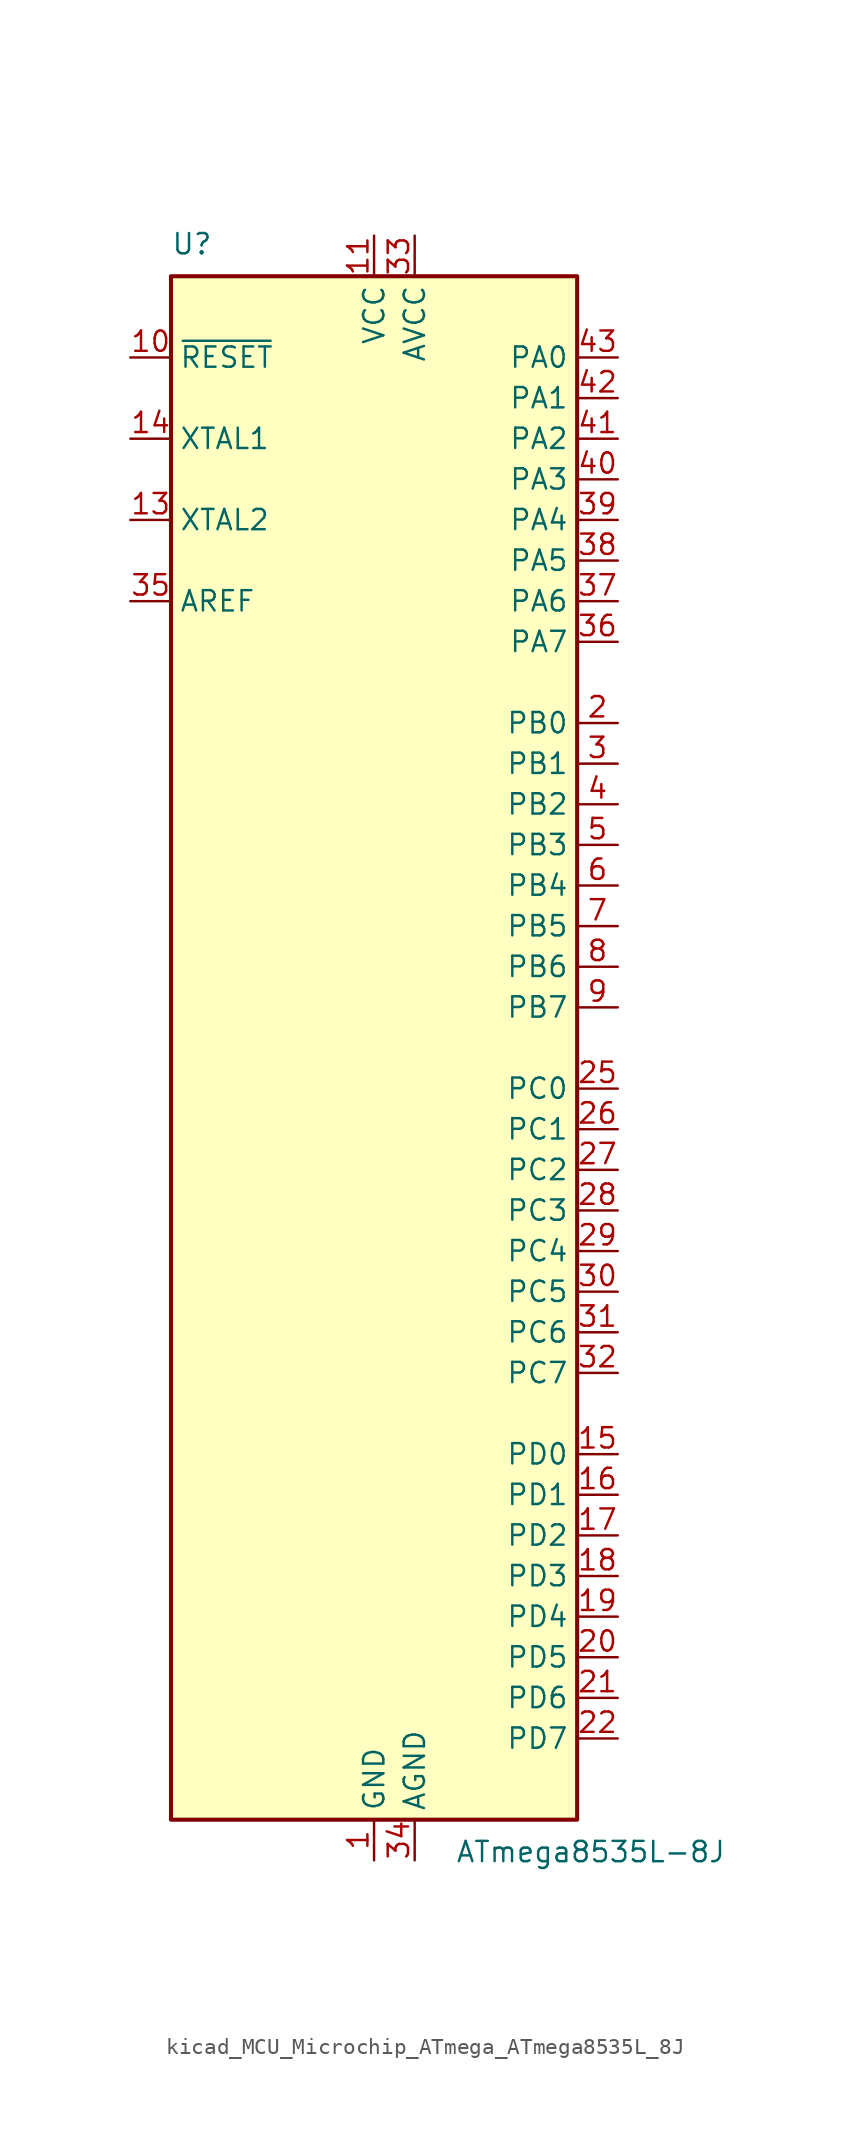
<source format=kicad_sym>
(kicad_symbol_lib
  (version 20220914)
  (generator kicad_symbol_editor)
  (symbol "kicad_MCU_Microchip_ATmega_ATmega8535L_8J"
    (property "Reference" "U"
      (at -12.7 49.53 0)
      (effects (font (size 1.27 1.27)) (justify left bottom)))
    (property "Value" "ATmega8535L-8J"
      (at 5.08 -49.53 0)
      (effects (font (size 1.27 1.27)) (justify left top)))
    (symbol "kicad_MCU_Microchip_ATmega_ATmega8535L_8J_0_1"
      (rectangle (start -12.7 -48.26) (end 12.7 48.26) (stroke (width 0.254) (type default)) (fill (type background))))
    (symbol "kicad_MCU_Microchip_ATmega_ATmega8535L_8J_1_1"
      (pin power_in line (at 0 -50.8 90) (length 2.54) (name "GND" (effects (font (size 1.27 1.27)))) (number "1" (effects (font (size 1.27 1.27)))))
      (pin input line (at -15.24 43.18 0) (length 2.54) (name "~{RESET}" (effects (font (size 1.27 1.27)))) (number "10" (effects (font (size 1.27 1.27)))))
      (pin power_in line (at 0 50.8 270) (length 2.54) (name "VCC" (effects (font (size 1.27 1.27)))) (number "11" (effects (font (size 1.27 1.27)))))
      (pin passive line (at 0 -50.8 90) (length 2.54) hide (name "GND" (effects (font (size 1.27 1.27)))) (number "12" (effects (font (size 1.27 1.27)))))
      (pin output line (at -15.24 33.02 0) (length 2.54) (name "XTAL2" (effects (font (size 1.27 1.27)))) (number "13" (effects (font (size 1.27 1.27)))))
      (pin input line (at -15.24 38.1 0) (length 2.54) (name "XTAL1" (effects (font (size 1.27 1.27)))) (number "14" (effects (font (size 1.27 1.27)))))
      (pin bidirectional line (at 15.24 -25.4 180) (length 2.54) (name "PD0" (effects (font (size 1.27 1.27)))) (number "15" (effects (font (size 1.27 1.27)))))
      (pin bidirectional line (at 15.24 -27.94 180) (length 2.54) (name "PD1" (effects (font (size 1.27 1.27)))) (number "16" (effects (font (size 1.27 1.27)))))
      (pin bidirectional line (at 15.24 -30.48 180) (length 2.54) (name "PD2" (effects (font (size 1.27 1.27)))) (number "17" (effects (font (size 1.27 1.27)))))
      (pin bidirectional line (at 15.24 -33.02 180) (length 2.54) (name "PD3" (effects (font (size 1.27 1.27)))) (number "18" (effects (font (size 1.27 1.27)))))
      (pin bidirectional line (at 15.24 -35.56 180) (length 2.54) (name "PD4" (effects (font (size 1.27 1.27)))) (number "19" (effects (font (size 1.27 1.27)))))
      (pin bidirectional line (at 15.24 20.32 180) (length 2.54) (name "PB0" (effects (font (size 1.27 1.27)))) (number "2" (effects (font (size 1.27 1.27)))))
      (pin bidirectional line (at 15.24 -38.1 180) (length 2.54) (name "PD5" (effects (font (size 1.27 1.27)))) (number "20" (effects (font (size 1.27 1.27)))))
      (pin bidirectional line (at 15.24 -40.64 180) (length 2.54) (name "PD6" (effects (font (size 1.27 1.27)))) (number "21" (effects (font (size 1.27 1.27)))))
      (pin bidirectional line (at 15.24 -43.18 180) (length 2.54) (name "PD7" (effects (font (size 1.27 1.27)))) (number "22" (effects (font (size 1.27 1.27)))))
      (pin passive line (at 0 50.8 270) (length 2.54) hide (name "VCC" (effects (font (size 1.27 1.27)))) (number "23" (effects (font (size 1.27 1.27)))))
      (pin passive line (at 0 -50.8 90) (length 2.54) hide (name "GND" (effects (font (size 1.27 1.27)))) (number "24" (effects (font (size 1.27 1.27)))))
      (pin bidirectional line (at 15.24 -2.54 180) (length 2.54) (name "PC0" (effects (font (size 1.27 1.27)))) (number "25" (effects (font (size 1.27 1.27)))))
      (pin bidirectional line (at 15.24 -5.08 180) (length 2.54) (name "PC1" (effects (font (size 1.27 1.27)))) (number "26" (effects (font (size 1.27 1.27)))))
      (pin bidirectional line (at 15.24 -7.62 180) (length 2.54) (name "PC2" (effects (font (size 1.27 1.27)))) (number "27" (effects (font (size 1.27 1.27)))))
      (pin bidirectional line (at 15.24 -10.16 180) (length 2.54) (name "PC3" (effects (font (size 1.27 1.27)))) (number "28" (effects (font (size 1.27 1.27)))))
      (pin bidirectional line (at 15.24 -12.7 180) (length 2.54) (name "PC4" (effects (font (size 1.27 1.27)))) (number "29" (effects (font (size 1.27 1.27)))))
      (pin bidirectional line (at 15.24 17.78 180) (length 2.54) (name "PB1" (effects (font (size 1.27 1.27)))) (number "3" (effects (font (size 1.27 1.27)))))
      (pin bidirectional line (at 15.24 -15.24 180) (length 2.54) (name "PC5" (effects (font (size 1.27 1.27)))) (number "30" (effects (font (size 1.27 1.27)))))
      (pin bidirectional line (at 15.24 -17.78 180) (length 2.54) (name "PC6" (effects (font (size 1.27 1.27)))) (number "31" (effects (font (size 1.27 1.27)))))
      (pin bidirectional line (at 15.24 -20.32 180) (length 2.54) (name "PC7" (effects (font (size 1.27 1.27)))) (number "32" (effects (font (size 1.27 1.27)))))
      (pin power_in line (at 2.54 50.8 270) (length 2.54) (name "AVCC" (effects (font (size 1.27 1.27)))) (number "33" (effects (font (size 1.27 1.27)))))
      (pin power_in line (at 2.54 -50.8 90) (length 2.54) (name "AGND" (effects (font (size 1.27 1.27)))) (number "34" (effects (font (size 1.27 1.27)))))
      (pin passive line (at -15.24 27.94 0) (length 2.54) (name "AREF" (effects (font (size 1.27 1.27)))) (number "35" (effects (font (size 1.27 1.27)))))
      (pin bidirectional line (at 15.24 25.4 180) (length 2.54) (name "PA7" (effects (font (size 1.27 1.27)))) (number "36" (effects (font (size 1.27 1.27)))))
      (pin bidirectional line (at 15.24 27.94 180) (length 2.54) (name "PA6" (effects (font (size 1.27 1.27)))) (number "37" (effects (font (size 1.27 1.27)))))
      (pin bidirectional line (at 15.24 30.48 180) (length 2.54) (name "PA5" (effects (font (size 1.27 1.27)))) (number "38" (effects (font (size 1.27 1.27)))))
      (pin bidirectional line (at 15.24 33.02 180) (length 2.54) (name "PA4" (effects (font (size 1.27 1.27)))) (number "39" (effects (font (size 1.27 1.27)))))
      (pin bidirectional line (at 15.24 15.24 180) (length 2.54) (name "PB2" (effects (font (size 1.27 1.27)))) (number "4" (effects (font (size 1.27 1.27)))))
      (pin bidirectional line (at 15.24 35.56 180) (length 2.54) (name "PA3" (effects (font (size 1.27 1.27)))) (number "40" (effects (font (size 1.27 1.27)))))
      (pin bidirectional line (at 15.24 38.1 180) (length 2.54) (name "PA2" (effects (font (size 1.27 1.27)))) (number "41" (effects (font (size 1.27 1.27)))))
      (pin bidirectional line (at 15.24 40.64 180) (length 2.54) (name "PA1" (effects (font (size 1.27 1.27)))) (number "42" (effects (font (size 1.27 1.27)))))
      (pin bidirectional line (at 15.24 43.18 180) (length 2.54) (name "PA0" (effects (font (size 1.27 1.27)))) (number "43" (effects (font (size 1.27 1.27)))))
      (pin passive line (at 0 50.8 270) (length 2.54) hide (name "VCC" (effects (font (size 1.27 1.27)))) (number "44" (effects (font (size 1.27 1.27)))))
      (pin bidirectional line (at 15.24 12.7 180) (length 2.54) (name "PB3" (effects (font (size 1.27 1.27)))) (number "5" (effects (font (size 1.27 1.27)))))
      (pin bidirectional line (at 15.24 10.16 180) (length 2.54) (name "PB4" (effects (font (size 1.27 1.27)))) (number "6" (effects (font (size 1.27 1.27)))))
      (pin bidirectional line (at 15.24 7.62 180) (length 2.54) (name "PB5" (effects (font (size 1.27 1.27)))) (number "7" (effects (font (size 1.27 1.27)))))
      (pin bidirectional line (at 15.24 5.08 180) (length 2.54) (name "PB6" (effects (font (size 1.27 1.27)))) (number "8" (effects (font (size 1.27 1.27)))))
      (pin bidirectional line (at 15.24 2.54 180) (length 2.54) (name "PB7" (effects (font (size 1.27 1.27)))) (number "9" (effects (font (size 1.27 1.27))))))))
</source>
